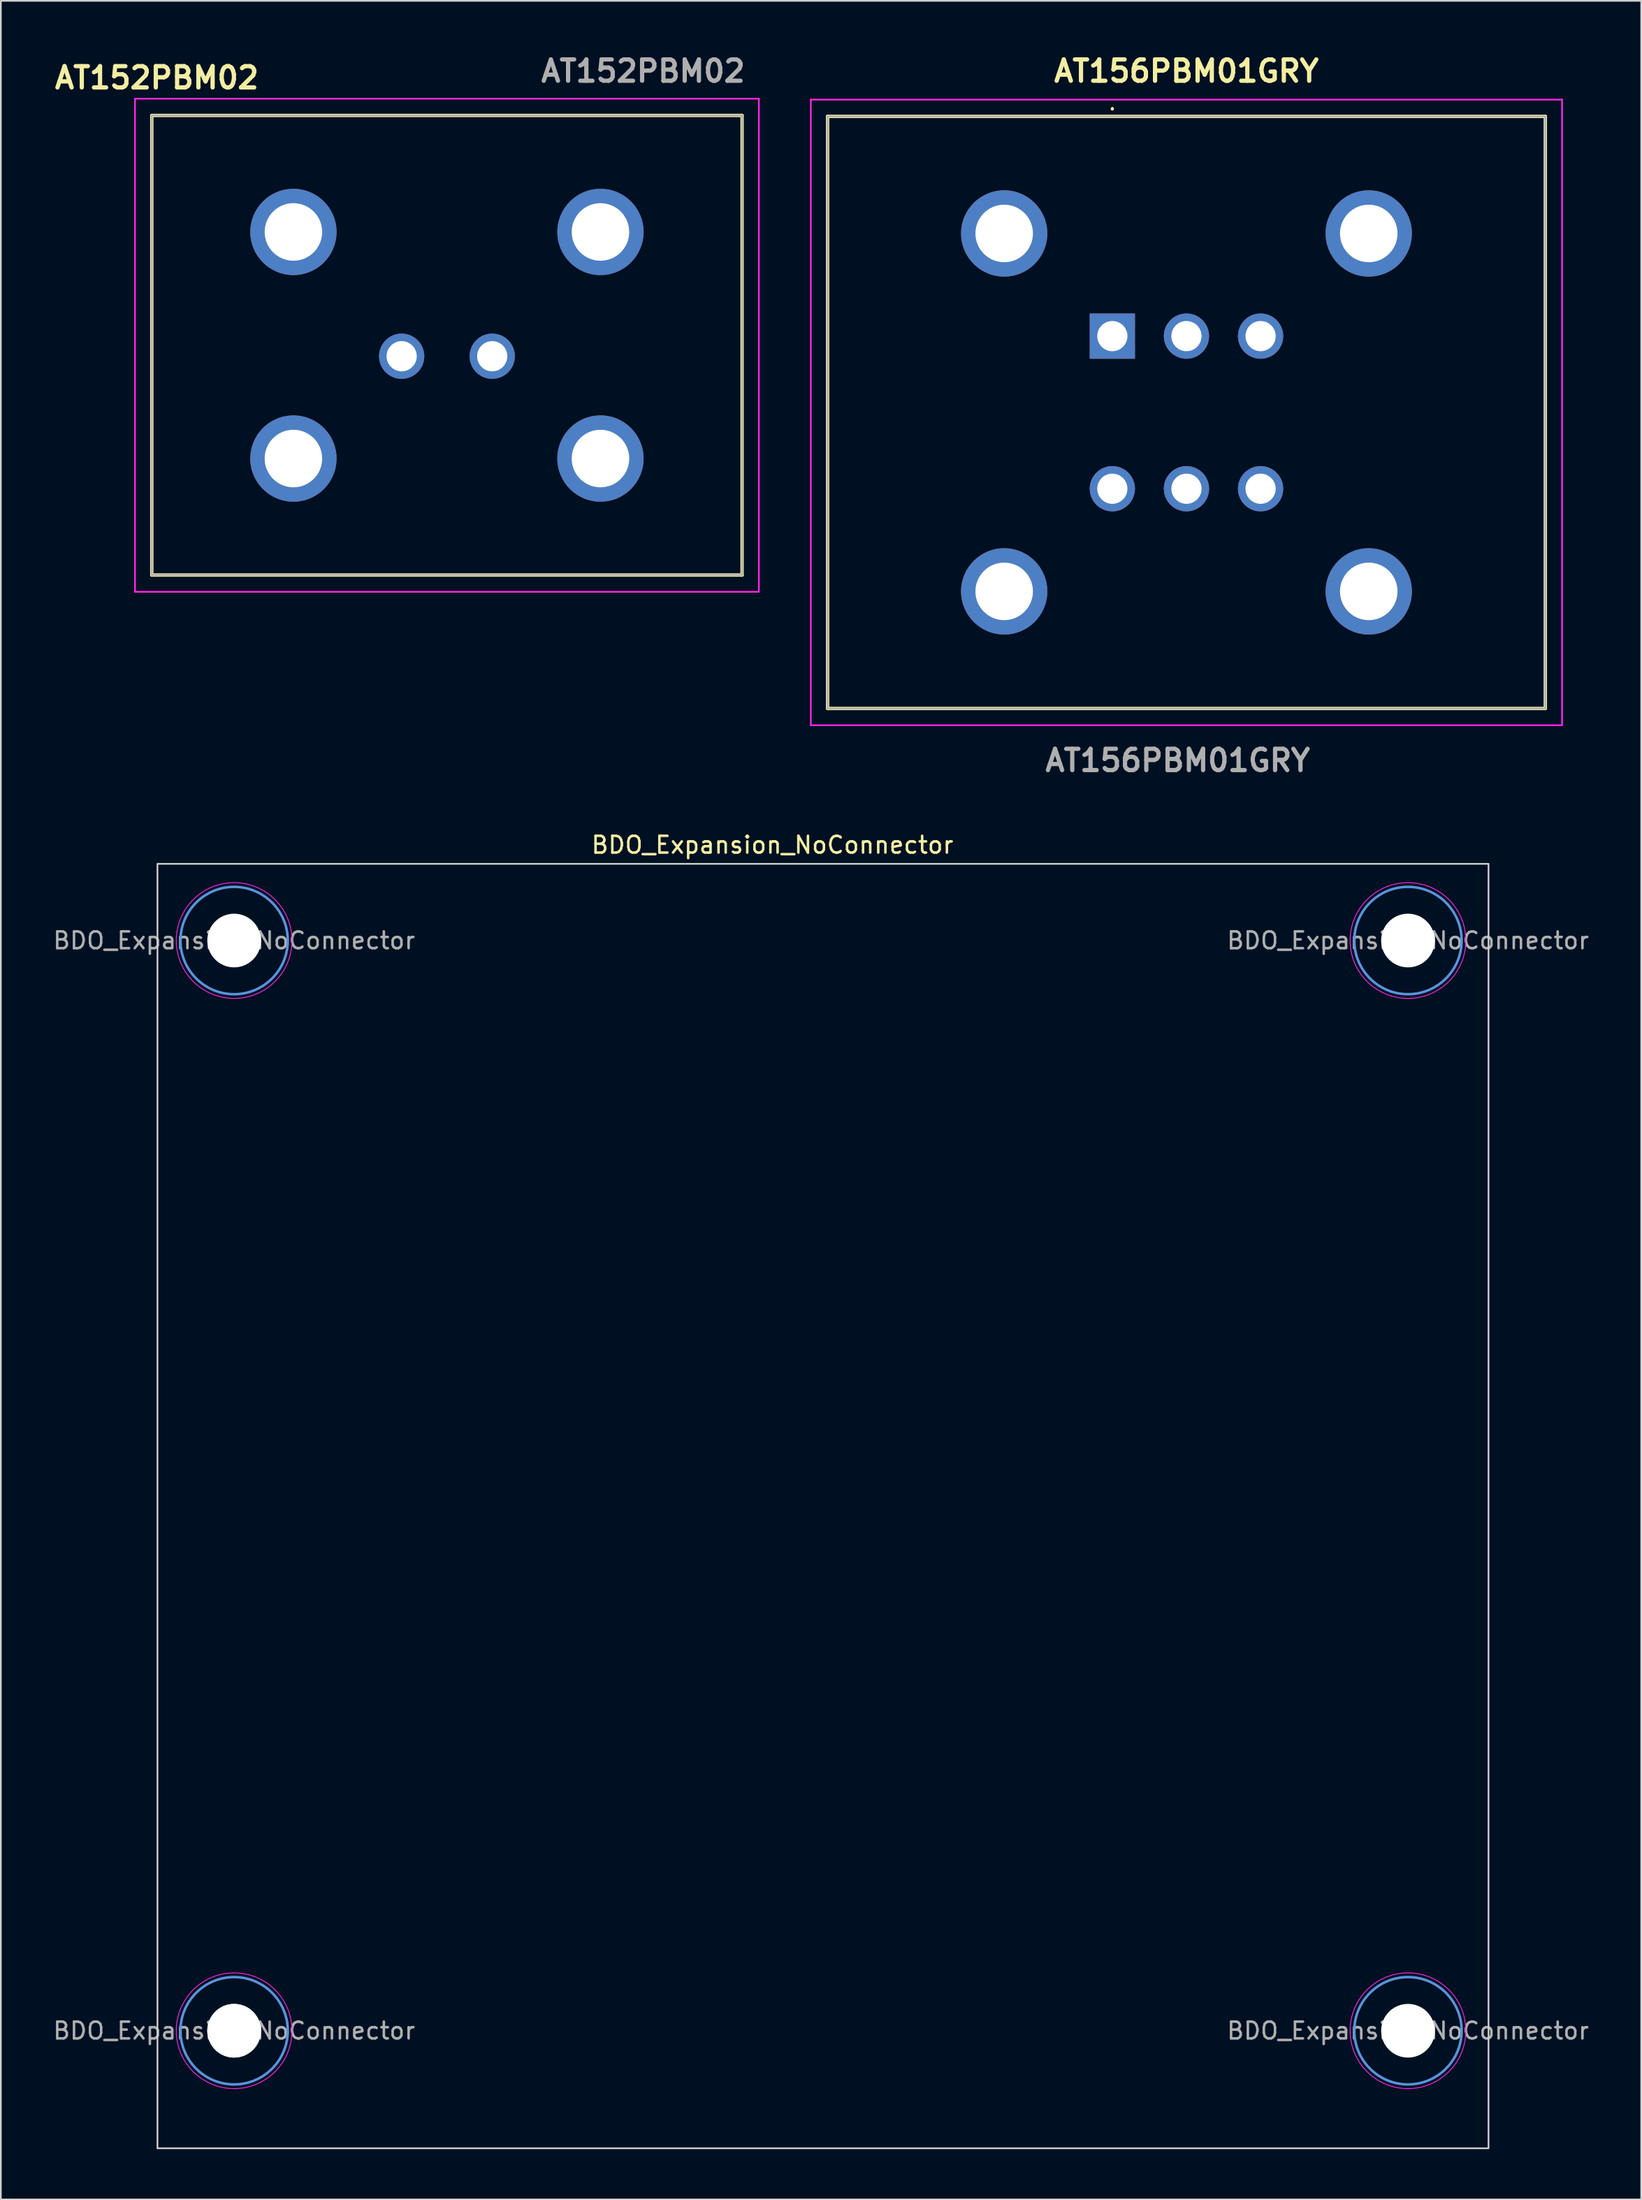
<source format=kicad_pcb>
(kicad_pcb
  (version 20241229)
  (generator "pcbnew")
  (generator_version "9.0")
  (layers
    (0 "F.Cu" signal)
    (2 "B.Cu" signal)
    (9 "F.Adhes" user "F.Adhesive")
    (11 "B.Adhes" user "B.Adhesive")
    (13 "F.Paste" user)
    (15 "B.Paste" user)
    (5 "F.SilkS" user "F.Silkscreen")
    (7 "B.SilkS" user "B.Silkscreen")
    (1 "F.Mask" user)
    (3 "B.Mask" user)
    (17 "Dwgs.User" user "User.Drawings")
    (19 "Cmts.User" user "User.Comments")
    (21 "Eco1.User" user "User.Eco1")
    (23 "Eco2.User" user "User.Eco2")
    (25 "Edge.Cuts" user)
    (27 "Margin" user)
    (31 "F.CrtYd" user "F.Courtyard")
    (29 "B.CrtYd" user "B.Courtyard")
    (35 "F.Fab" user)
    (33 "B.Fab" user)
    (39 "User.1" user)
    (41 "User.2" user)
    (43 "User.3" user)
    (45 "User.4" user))
  (footprint "AT152PBM02"
    (layer "F.Cu")
    (at 20.902 18.189)
    (property "Reference" "AT152PBM02" (at -14.6 -16.6 0) (layer "F.SilkS") (effects (font (size 1.27 1.27) (thickness 0.254))))
    (attr through_hole)
    (fp_line (start -14.9 -14.355) (end 20.3 -14.355) (stroke (width 0.2) (type solid)) (layer "F.SilkS"))
    (fp_line (start -14.9 13.045) (end -14.9 -14.355) (stroke (width 0.2) (type solid)) (layer "F.SilkS"))
    (fp_line (start 20.3 -14.355) (end 20.3 13.045) (stroke (width 0.2) (type solid)) (layer "F.SilkS"))
    (fp_line (start 20.3 13.045) (end -14.9 13.045) (stroke (width 0.2) (type solid)) (layer "F.SilkS"))
    (fp_line (start -15.9 -15.355) (end 21.3 -15.355) (stroke (width 0.1) (type solid)) (layer "F.CrtYd"))
    (fp_line (start -15.9 14.045) (end -15.9 -15.355) (stroke (width 0.1) (type solid)) (layer "F.CrtYd"))
    (fp_line (start 21.3 -15.355) (end 21.3 14.045) (stroke (width 0.1) (type solid)) (layer "F.CrtYd"))
    (fp_line (start 21.3 14.045) (end -15.9 14.045) (stroke (width 0.1) (type solid)) (layer "F.CrtYd"))
    (fp_line (start -14.9 -14.355) (end 20.3 -14.355) (stroke (width 0.1) (type solid)) (layer "F.Fab"))
    (fp_line (start -14.9 13.045) (end -14.9 -14.355) (stroke (width 0.1) (type solid)) (layer "F.Fab"))
    (fp_line (start 20.3 -14.355) (end 20.3 13.045) (stroke (width 0.1) (type solid)) (layer "F.Fab"))
    (fp_line (start 20.3 13.045) (end -14.9 13.045) (stroke (width 0.1) (type solid)) (layer "F.Fab"))
    (fp_text user "${REFERENCE}" (at 14.4 -17 0) (layer "F.Fab") (effects (font (size 1.27 1.27) (thickness 0.254))))
    (pad "" np_thru_hole circle (at -6.455 -7.41) (size 5.145 5.145) (drill 3.43) (layers "*.Cu" "*.Mask"))
    (pad "" np_thru_hole circle (at -6.455 6.1) (size 5.145 5.145) (drill 3.43) (layers "*.Cu" "*.Mask"))
    (pad "" np_thru_hole circle (at 11.855 -7.41) (size 5.145 5.145) (drill 3.43) (layers "*.Cu" "*.Mask"))
    (pad "" np_thru_hole circle (at 11.855 6.1) (size 5.145 5.145) (drill 3.43) (layers "*.Cu" "*.Mask"))
    (pad "1" thru_hole circle (at 0 0) (size 2.7 2.7) (drill 1.8) (layers "*.Cu" "*.Mask"))
    (pad "2" thru_hole circle (at 5.4 0) (size 2.7 2.7) (drill 1.8) (layers "*.Cu" "*.Mask")))
  (footprint "BDO_Expansion_NoConnector"
    (layer "F.Cu")
    (at 45.611 87.126)
    (property "Reference" "BDO_Expansion_NoConnector" (at -2.6 -39.8 0) (unlocked yes) (layer "F.SilkS") (effects (font (size 1 1) (thickness 0.15))))
    (attr through_hole)
    (fp_circle (center -34.7 -34.1) (end -31.5 -34.1) (stroke (width 0.15) (type solid)) (fill no) (layer "Cmts.User"))
    (fp_circle (center -34.7 30.9) (end -31.5 30.9) (stroke (width 0.15) (type solid)) (fill no) (layer "Cmts.User"))
    (fp_circle (center 35.3 -34.1) (end 38.5 -34.1) (stroke (width 0.15) (type solid)) (fill no) (layer "Cmts.User"))
    (fp_circle (center 35.3 30.9) (end 38.5 30.9) (stroke (width 0.15) (type solid)) (fill no) (layer "Cmts.User"))
    (fp_rect (start -39.272 -38.672) (end 40.103 37.909) (stroke (width 0.1) (type solid)) (fill no) (layer "Edge.Cuts"))
    (fp_circle (center -34.7 -34.1) (end -31.25 -34.1) (stroke (width 0.05) (type solid)) (fill no) (layer "F.CrtYd"))
    (fp_circle (center -34.7 30.9) (end -31.25 30.9) (stroke (width 0.05) (type solid)) (fill no) (layer "F.CrtYd"))
    (fp_circle (center 35.3 -34.1) (end 38.75 -34.1) (stroke (width 0.05) (type solid)) (fill no) (layer "F.CrtYd"))
    (fp_circle (center 35.3 30.9) (end 38.75 30.9) (stroke (width 0.05) (type solid)) (fill no) (layer "F.CrtYd"))
    (fp_text user "${REFERENCE}" (at -34.7 30.9 0) (layer "F.Fab") (effects (font (size 1 1) (thickness 0.15))))
    (fp_text user "${REFERENCE}" (at 35.3 30.9 0) (layer "F.Fab") (effects (font (size 1 1) (thickness 0.15))))
    (fp_text user "${REFERENCE}" (at 35.3 -34.1 0) (layer "F.Fab") (effects (font (size 1 1) (thickness 0.15))))
    (fp_text user "${REFERENCE}" (at -34.7 -34.1 0) (layer "F.Fab") (effects (font (size 1 1) (thickness 0.15))))
    (pad "" np_thru_hole circle (at -34.7 -34.1) (size 3.2 3.2) (drill 3.2) (layers "*.Cu" "*.Mask"))
    (pad "" np_thru_hole circle (at -34.7 30.9) (size 3.2 3.2) (drill 3.2) (layers "*.Cu" "*.Mask"))
    (pad "" np_thru_hole circle (at -34.7 30.9) (size 3.2 3.2) (drill 3.2) (layers "*.Cu" "*.Mask"))
    (pad "" np_thru_hole circle (at 35.3 -34.1) (size 3.2 3.2) (drill 3.2) (layers "*.Cu" "*.Mask"))
    (pad "" np_thru_hole circle (at 35.3 30.9) (size 3.2 3.2) (drill 3.2) (layers "*.Cu" "*.Mask")))
  (footprint "AT156PBM01GRY"
    (layer "F.Cu")
    (at 63.282 16.989)
    (property "Reference" "AT156PBM01GRY" (at 4.42 -15.8 0) (layer "F.SilkS") (effects (font (size 1.27 1.27) (thickness 0.254))))
    (attr through_hole)
    (fp_line (start -16.98 -13.1) (end 25.82 -13.1) (stroke (width 0.2) (type solid)) (layer "F.SilkS"))
    (fp_line (start -16.98 22.2) (end -16.98 -13.1) (stroke (width 0.2) (type solid)) (layer "F.SilkS"))
    (fp_line (start 0 -13.6) (end 0 -13.6) (stroke (width 0.1) (type solid)) (layer "F.SilkS"))
    (fp_line (start 0 -13.5) (end 0 -13.5) (stroke (width 0.1) (type solid)) (layer "F.SilkS"))
    (fp_line (start 25.82 -13.1) (end 25.82 22.2) (stroke (width 0.2) (type solid)) (layer "F.SilkS"))
    (fp_line (start 25.82 22.2) (end -16.98 22.2) (stroke (width 0.2) (type solid)) (layer "F.SilkS"))
    (fp_arc (start 0 -13.6) (mid 0.05 -13.55) (end 0 -13.5) (stroke (width 0.1) (type solid)) (layer "F.SilkS"))
    (fp_arc (start 0 -13.5) (mid -0.05 -13.55) (end 0 -13.6) (stroke (width 0.1) (type solid)) (layer "F.SilkS"))
    (fp_line (start -17.98 -14.1) (end 26.82 -14.1) (stroke (width 0.1) (type solid)) (layer "F.CrtYd"))
    (fp_line (start -17.98 23.2) (end -17.98 -14.1) (stroke (width 0.1) (type solid)) (layer "F.CrtYd"))
    (fp_line (start 26.82 -14.1) (end 26.82 23.2) (stroke (width 0.1) (type solid)) (layer "F.CrtYd"))
    (fp_line (start 26.82 23.2) (end -17.98 23.2) (stroke (width 0.1) (type solid)) (layer "F.CrtYd"))
    (fp_line (start -16.98 -13.1) (end 25.82 -13.1) (stroke (width 0.1) (type solid)) (layer "F.Fab"))
    (fp_line (start -16.98 22.2) (end -16.98 -13.1) (stroke (width 0.1) (type solid)) (layer "F.Fab"))
    (fp_line (start 25.82 -13.1) (end 25.82 22.2) (stroke (width 0.1) (type solid)) (layer "F.Fab"))
    (fp_line (start 25.82 22.2) (end -16.98 22.2) (stroke (width 0.1) (type solid)) (layer "F.Fab"))
    (fp_text user "${REFERENCE}" (at 3.9 25.3 0) (layer "F.Fab") (effects (font (size 1.27 1.27) (thickness 0.254))))
    (pad "1" thru_hole rect (at 0 0) (size 2.7 2.7) (drill 1.8) (layers "*.Cu" "*.Mask"))
    (pad "2" thru_hole circle (at 4.42 0) (size 2.7 2.7) (drill 1.8) (layers "*.Cu" "*.Mask"))
    (pad "3" thru_hole circle (at 8.84 0) (size 2.7 2.7) (drill 1.8) (layers "*.Cu" "*.Mask"))
    (pad "4" thru_hole circle (at 8.84 9.1) (size 2.7 2.7) (drill 1.8) (layers "*.Cu" "*.Mask"))
    (pad "5" thru_hole circle (at 4.42 9.1) (size 2.7 2.7) (drill 1.8) (layers "*.Cu" "*.Mask"))
    (pad "6" thru_hole circle (at 0 9.1) (size 2.7 2.7) (drill 1.8) (layers "*.Cu" "*.Mask"))
    (pad "MH1" thru_hole circle (at -6.45 -6.12) (size 5.145 5.145) (drill 3.43) (layers "*.Cu" "*.Mask"))
    (pad "MH2" thru_hole circle (at 15.29 -6.12) (size 5.145 5.145) (drill 3.43) (layers "*.Cu" "*.Mask"))
    (pad "MH3" thru_hole circle (at 15.29 15.22) (size 5.145 5.145) (drill 3.43) (layers "*.Cu" "*.Mask"))
    (pad "MH4" thru_hole circle (at -6.45 15.22) (size 5.145 5.145) (drill 3.43) (layers "*.Cu" "*.Mask")))
  (gr_rect
    (start -3 -3)
    (end 94.821 128.085)
    (stroke (width 0.1) (type default))
    (fill no)
    (layer "Edge.Cuts")))
</source>
